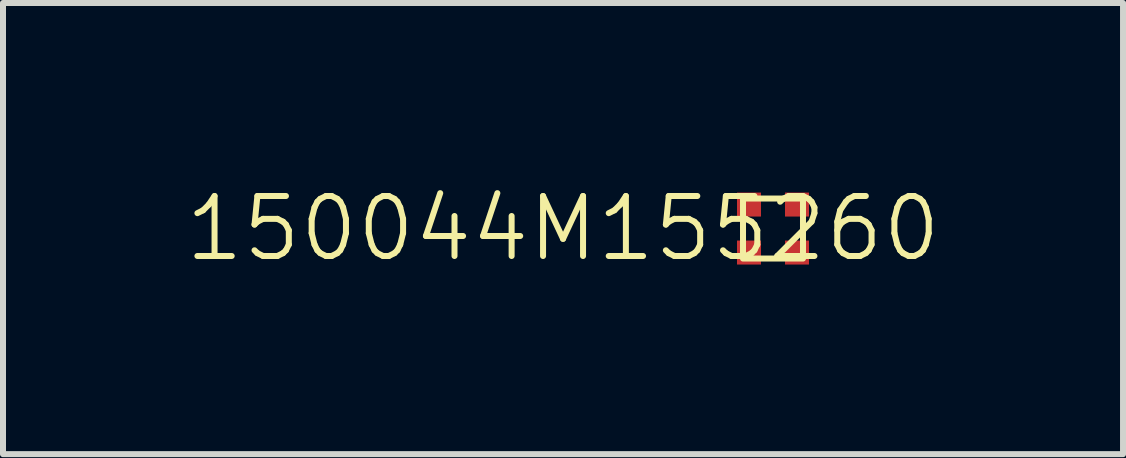
<source format=kicad_pcb>
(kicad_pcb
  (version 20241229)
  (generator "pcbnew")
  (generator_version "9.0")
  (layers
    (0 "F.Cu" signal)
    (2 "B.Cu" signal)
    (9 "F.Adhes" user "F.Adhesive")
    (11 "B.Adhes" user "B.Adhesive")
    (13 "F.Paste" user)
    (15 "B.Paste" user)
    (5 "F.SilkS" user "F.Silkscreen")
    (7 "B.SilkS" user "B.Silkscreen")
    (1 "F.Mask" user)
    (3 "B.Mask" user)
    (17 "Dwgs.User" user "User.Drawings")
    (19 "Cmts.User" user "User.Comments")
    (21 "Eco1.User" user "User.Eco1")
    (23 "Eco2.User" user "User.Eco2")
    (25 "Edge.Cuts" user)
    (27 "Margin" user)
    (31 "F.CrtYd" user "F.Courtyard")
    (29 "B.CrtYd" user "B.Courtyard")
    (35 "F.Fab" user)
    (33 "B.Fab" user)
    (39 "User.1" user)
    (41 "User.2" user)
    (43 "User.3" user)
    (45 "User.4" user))
  (footprint "150044M155260"
    (layer "F.Cu")
    (at 9.336 1.26)
    (property "Reference" "150044M155260" (at -3 -0.5 0) (unlocked yes) (layer "F.SilkS") (effects (font (size 1 1) (thickness 0.1))))
    (attr smd)
    (fp_rect (start 0 -1) (end 1 0) (stroke (width 0.1) (type default)) (fill no) (layer "F.SilkS"))
    (pad "1" smd rect (at 0.1 -0.9) (size 0.4 0.4) (layers "F.Cu" "F.Mask" "F.Paste"))
    (pad "2" smd rect (at 0.1 -0.1) (size 0.4 0.4) (layers "F.Cu" "F.Mask" "F.Paste"))
    (pad "3" smd rect (at 0.9 -0.9) (size 0.4 0.4) (layers "F.Cu" "F.Mask" "F.Paste"))
    (pad "4" smd rect (at 0.9 -0.1) (size 0.4 0.4) (layers "F.Cu" "F.Mask" "F.Paste")))
  (gr_rect
    (start -3 -3)
    (end 15.671 4.521)
    (stroke (width 0.1) (type default))
    (fill no)
    (layer "Edge.Cuts")))
</source>
